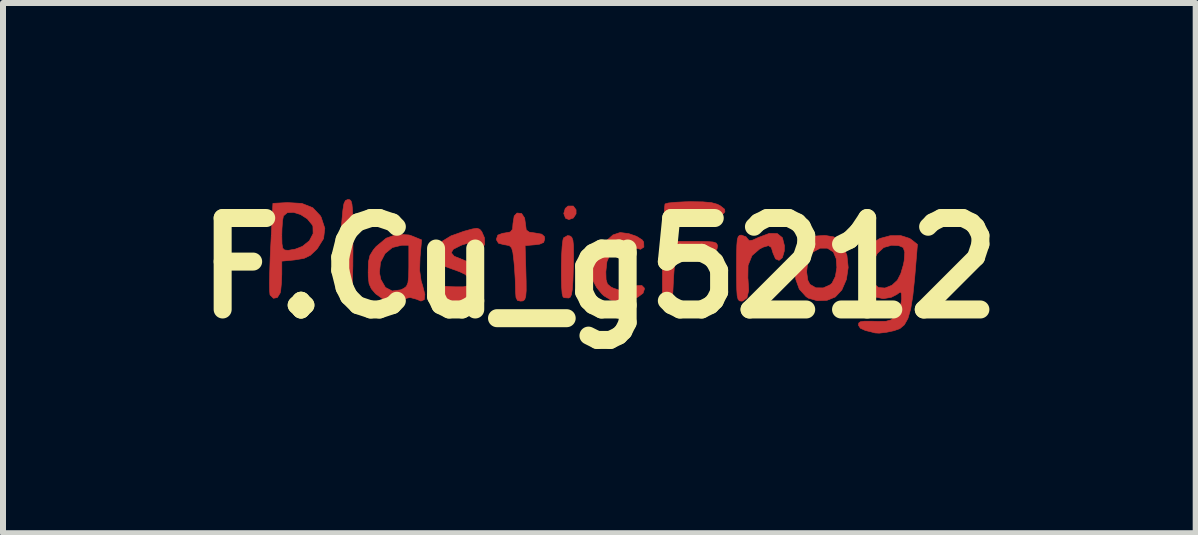
<source format=kicad_pcb>
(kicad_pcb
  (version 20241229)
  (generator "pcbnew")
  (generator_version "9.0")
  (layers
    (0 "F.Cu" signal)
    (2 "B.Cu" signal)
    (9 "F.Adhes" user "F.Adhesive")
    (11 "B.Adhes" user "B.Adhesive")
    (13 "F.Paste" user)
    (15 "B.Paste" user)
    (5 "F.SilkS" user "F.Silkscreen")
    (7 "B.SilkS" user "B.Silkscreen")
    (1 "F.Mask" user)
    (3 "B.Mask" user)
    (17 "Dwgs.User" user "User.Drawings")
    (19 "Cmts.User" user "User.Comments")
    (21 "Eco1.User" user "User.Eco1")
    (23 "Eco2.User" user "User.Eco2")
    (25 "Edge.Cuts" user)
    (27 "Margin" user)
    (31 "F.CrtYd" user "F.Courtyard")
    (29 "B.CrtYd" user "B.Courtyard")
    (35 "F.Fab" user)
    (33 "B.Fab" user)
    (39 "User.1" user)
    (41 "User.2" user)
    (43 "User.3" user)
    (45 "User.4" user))
  (footprint "F.Cu_g5212"
    (layer "F.Cu")
    (at 6.938 1.418)
    (property "Reference" "F.Cu_g5212" (at 0 0 0) (layer "F.SilkS") (effects (font (size 1.524 1.524) (thickness 0.3))))
    (attr through_hole)
    (fp_poly (pts (xy -0.388 -0.972) (xy -0.388 -0.905) (xy -0.433 -0.835) (xy -0.507 -0.809) (xy -0.563 -0.831) (xy -0.593 -0.91) (xy -0.568 -0.995) (xy -0.522 -1.034) (xy -0.435 -1.035) (xy -0.388 -0.972)) (stroke (width 0.01) (type solid)) (fill yes) (layer "F.Cu"))
    (fp_poly (pts (xy -0.49 -0.536) (xy -0.46 -0.514) (xy -0.441 -0.466) (xy -0.431 -0.376) (xy -0.429 -0.232) (xy -0.432 -0.017) (xy -0.433 -0.012) (xy -0.44 0.206) (xy -0.45 0.353) (xy -0.465 0.442) (xy -0.487 0.486) (xy -0.51 0.498) (xy -0.585 0.493) (xy -0.605 0.481) (xy -0.62 0.426) (xy -0.629 0.307) (xy -0.633 0.148) (xy -0.633 -0.031) (xy -0.629 -0.208) (xy -0.62 -0.361) (xy -0.607 -0.468) (xy -0.596 -0.504) (xy -0.53 -0.542) (xy -0.49 -0.536)) (stroke (width 0.01) (type solid)) (fill yes) (layer "F.Cu"))
    (fp_poly (pts (xy -4.157 -1.138) (xy -4.137 -1.116) (xy -4.123 -1.066) (xy -4.114 -0.976) (xy -4.109 -0.835) (xy -4.107 -0.632) (xy -4.106 -0.356) (xy -4.106 -0.347) (xy -4.108 -0.031) (xy -4.115 0.206) (xy -4.126 0.371) (xy -4.142 0.468) (xy -4.157 0.5) (xy -4.23 0.548) (xy -4.289 0.522) (xy -4.29 0.522) (xy -4.302 0.468) (xy -4.311 0.346) (xy -4.316 0.173) (xy -4.317 -0.035) (xy -4.314 -0.262) (xy -4.307 -0.49) (xy -4.297 -0.704) (xy -4.29 -0.794) (xy -4.274 -0.967) (xy -4.257 -1.072) (xy -4.232 -1.125) (xy -4.196 -1.142) (xy -4.185 -1.143) (xy -4.157 -1.138)) (stroke (width 0.01) (type solid)) (fill yes) (layer "F.Cu"))
    (fp_poly (pts (xy 2.965 -0.576) (xy 3.051 -0.506) (xy 3.085 -0.371) (xy 3.082 -0.284) (xy 3.05 -0.174) (xy 2.995 -0.129) (xy 2.936 -0.154) (xy 2.894 -0.251) (xy 2.866 -0.344) (xy 2.819 -0.375) (xy 2.732 -0.35) (xy 2.671 -0.319) (xy 2.544 -0.209) (xy 2.478 -0.045) (xy 2.475 0.166) (xy 2.477 0.182) (xy 2.489 0.372) (xy 2.46 0.495) (xy 2.389 0.548) (xy 2.368 0.55) (xy 2.334 0.545) (xy 2.312 0.52) (xy 2.297 0.462) (xy 2.29 0.358) (xy 2.287 0.194) (xy 2.286 0) (xy 2.287 -0.225) (xy 2.291 -0.379) (xy 2.299 -0.475) (xy 2.315 -0.526) (xy 2.339 -0.547) (xy 2.366 -0.55) (xy 2.444 -0.522) (xy 2.469 -0.49) (xy 2.497 -0.458) (xy 2.554 -0.466) (xy 2.652 -0.511) (xy 2.831 -0.578) (xy 2.965 -0.576)) (stroke (width 0.01) (type solid)) (fill yes) (layer "F.Cu"))
    (fp_poly (pts (xy 0.489 -0.575) (xy 0.622 -0.529) (xy 0.716 -0.468) (xy 0.739 -0.434) (xy 0.742 -0.351) (xy 0.687 -0.314) (xy 0.6 -0.335) (xy 0.438 -0.386) (xy 0.299 -0.361) (xy 0.193 -0.266) (xy 0.126 -0.107) (xy 0.108 0.062) (xy 0.112 0.191) (xy 0.135 0.265) (xy 0.191 0.313) (xy 0.23 0.333) (xy 0.342 0.371) (xy 0.448 0.355) (xy 0.484 0.341) (xy 0.625 0.293) (xy 0.708 0.289) (xy 0.748 0.33) (xy 0.752 0.347) (xy 0.728 0.418) (xy 0.64 0.483) (xy 0.508 0.53) (xy 0.352 0.55) (xy 0.338 0.55) (xy 0.192 0.532) (xy 0.078 0.463) (xy 0.041 0.429) (xy -0.046 0.321) (xy -0.104 0.211) (xy -0.109 0.194) (xy -0.115 0.039) (xy -0.073 -0.133) (xy 0.005 -0.302) (xy 0.109 -0.449) (xy 0.227 -0.553) (xy 0.346 -0.593) (xy 0.348 -0.593) (xy 0.489 -0.575)) (stroke (width 0.01) (type solid)) (fill yes) (layer "F.Cu"))
    (fp_poly (pts (xy 3.778 -0.542) (xy 3.908 -0.52) (xy 3.995 -0.46) (xy 4.052 -0.385) (xy 4.126 -0.211) (xy 4.147 -0.011) (xy 4.117 0.189) (xy 4.041 0.364) (xy 3.932 0.481) (xy 3.793 0.537) (xy 3.63 0.543) (xy 3.484 0.501) (xy 3.445 0.475) (xy 3.332 0.35) (xy 3.274 0.189) (xy 3.264 0.062) (xy 3.454 0.062) (xy 3.474 0.202) (xy 3.509 0.27) (xy 3.607 0.328) (xy 3.731 0.33) (xy 3.848 0.277) (xy 3.878 0.25) (xy 3.934 0.138) (xy 3.958 -0.01) (xy 3.947 -0.158) (xy 3.9 -0.269) (xy 3.799 -0.332) (xy 3.678 -0.332) (xy 3.566 -0.272) (xy 3.526 -0.226) (xy 3.472 -0.093) (xy 3.454 0.062) (xy 3.264 0.062) (xy 3.26 0.013) (xy 3.289 -0.19) (xy 3.367 -0.366) (xy 3.484 -0.49) (xy 3.513 -0.508) (xy 3.612 -0.535) (xy 3.745 -0.544) (xy 3.778 -0.542)) (stroke (width 0.01) (type solid)) (fill yes) (layer "F.Cu"))
    (fp_poly (pts (xy -1.296 -0.911) (xy -1.245 -0.834) (xy -1.228 -0.712) (xy -1.218 -0.636) (xy -1.17 -0.6) (xy -1.069 -0.585) (xy -0.961 -0.566) (xy -0.916 -0.526) (xy -0.91 -0.487) (xy -0.928 -0.428) (xy -0.995 -0.399) (xy -1.073 -0.389) (xy -1.237 -0.375) (xy -1.226 -0.008) (xy -1.22 0.219) (xy -1.219 0.374) (xy -1.227 0.471) (xy -1.244 0.524) (xy -1.272 0.546) (xy -1.312 0.55) (xy -1.364 0.539) (xy -1.389 0.49) (xy -1.397 0.384) (xy -1.397 0.345) (xy -1.402 0.182) (xy -1.414 -0.01) (xy -1.424 -0.119) (xy -1.441 -0.261) (xy -1.463 -0.339) (xy -1.501 -0.375) (xy -1.568 -0.388) (xy -1.583 -0.389) (xy -1.68 -0.414) (xy -1.714 -0.47) (xy -1.714 -0.487) (xy -1.692 -0.55) (xy -1.613 -0.58) (xy -1.577 -0.585) (xy -1.484 -0.602) (xy -1.446 -0.649) (xy -1.439 -0.745) (xy -1.419 -0.868) (xy -1.372 -0.918) (xy -1.296 -0.911)) (stroke (width 0.01) (type solid)) (fill yes) (layer "F.Cu"))
    (fp_poly (pts (xy -3.171 -0.552) (xy -3.113 -0.532) (xy -2.962 -0.47) (xy -2.988 -0.182) (xy -2.995 0.037) (xy -2.97 0.213) (xy -2.945 0.293) (xy -2.908 0.438) (xy -2.918 0.525) (xy -2.973 0.549) (xy -3.048 0.518) (xy -3.156 0.489) (xy -3.24 0.509) (xy -3.438 0.551) (xy -3.608 0.514) (xy -3.729 0.427) (xy -3.799 0.345) (xy -3.837 0.262) (xy -3.851 0.146) (xy -3.852 0.075) (xy -3.665 0.075) (xy -3.642 0.188) (xy -3.565 0.322) (xy -3.452 0.381) (xy -3.31 0.362) (xy -3.257 0.337) (xy -3.215 0.304) (xy -3.19 0.245) (xy -3.178 0.143) (xy -3.175 -0.023) (xy -3.175 -0.044) (xy -3.175 -0.381) (xy -3.293 -0.381) (xy -3.449 -0.343) (xy -3.571 -0.243) (xy -3.647 -0.097) (xy -3.665 0.075) (xy -3.852 0.075) (xy -3.852 0.047) (xy -3.847 -0.107) (xy -3.823 -0.211) (xy -3.768 -0.301) (xy -3.721 -0.358) (xy -3.552 -0.499) (xy -3.364 -0.565) (xy -3.171 -0.552)) (stroke (width 0.01) (type solid)) (fill yes) (layer "F.Cu"))
    (fp_poly (pts (xy -4.957 -1.078) (xy -4.776 -1.006) (xy -4.652 -0.875) (xy -4.636 -0.848) (xy -4.575 -0.663) (xy -4.596 -0.492) (xy -4.699 -0.326) (xy -4.712 -0.311) (xy -4.816 -0.213) (xy -4.922 -0.162) (xy -5.069 -0.138) (xy -5.072 -0.137) (xy -5.292 -0.116) (xy -5.292 0.101) (xy -5.298 0.247) (xy -5.31 0.372) (xy -5.318 0.413) (xy -5.366 0.49) (xy -5.431 0.503) (xy -5.486 0.449) (xy -5.489 0.442) (xy -5.495 0.379) (xy -5.497 0.248) (xy -5.493 0.062) (xy -5.486 -0.162) (xy -5.477 -0.352) (xy -5.467 -0.547) (xy -5.292 -0.547) (xy -5.289 -0.407) (xy -5.277 -0.332) (xy -5.246 -0.302) (xy -5.187 -0.296) (xy -5.184 -0.296) (xy -5.068 -0.316) (xy -4.949 -0.362) (xy -4.832 -0.456) (xy -4.77 -0.575) (xy -4.773 -0.696) (xy -4.784 -0.72) (xy -4.867 -0.821) (xy -4.979 -0.893) (xy -5.097 -0.929) (xy -5.2 -0.924) (xy -5.264 -0.87) (xy -5.266 -0.864) (xy -5.28 -0.787) (xy -5.289 -0.658) (xy -5.292 -0.547) (xy -5.467 -0.547) (xy -5.44 -1.079) (xy -5.198 -1.092) (xy -4.957 -1.078)) (stroke (width 0.01) (type solid)) (fill yes) (layer "F.Cu"))
    (fp_poly (pts (xy -1.994 -0.648) (xy -1.96 -0.609) (xy -1.914 -0.504) (xy -1.911 -0.398) (xy -1.951 -0.322) (xy -1.971 -0.311) (xy -2.046 -0.321) (xy -2.092 -0.362) (xy -2.135 -0.408) (xy -2.189 -0.416) (xy -2.283 -0.388) (xy -2.312 -0.376) (xy -2.433 -0.315) (xy -2.468 -0.256) (xy -2.419 -0.198) (xy -2.286 -0.144) (xy -2.277 -0.141) (xy -2.095 -0.06) (xy -1.987 0.059) (xy -1.948 0.222) (xy -1.947 0.239) (xy -1.985 0.383) (xy -2.09 0.486) (xy -2.255 0.542) (xy -2.366 0.55) (xy -2.51 0.538) (xy -2.637 0.508) (xy -2.667 0.496) (xy -2.742 0.434) (xy -2.774 0.362) (xy -2.759 0.306) (xy -2.695 0.29) (xy -2.688 0.291) (xy -2.596 0.302) (xy -2.461 0.31) (xy -2.392 0.312) (xy -2.266 0.312) (xy -2.204 0.297) (xy -2.182 0.256) (xy -2.18 0.213) (xy -2.191 0.151) (xy -2.236 0.104) (xy -2.332 0.059) (xy -2.434 0.022) (xy -2.573 -0.028) (xy -2.65 -0.07) (xy -2.686 -0.122) (xy -2.7 -0.202) (xy -2.701 -0.217) (xy -2.686 -0.346) (xy -2.613 -0.451) (xy -2.471 -0.538) (xy -2.254 -0.615) (xy -2.253 -0.615) (xy -2.118 -0.652) (xy -2.04 -0.664) (xy -1.994 -0.648)) (stroke (width 0.01) (type solid)) (fill yes) (layer "F.Cu"))
    (fp_poly (pts (xy 1.725 -1.104) (xy 1.869 -1.091) (xy 1.967 -1.064) (xy 2.016 -1.038) (xy 2.088 -0.981) (xy 2.092 -0.938) (xy 2.069 -0.909) (xy 1.996 -0.875) (xy 1.875 -0.879) (xy 1.829 -0.887) (xy 1.664 -0.904) (xy 1.488 -0.902) (xy 1.459 -0.899) (xy 1.27 -0.878) (xy 1.27 -0.661) (xy 1.27 -0.445) (xy 1.619 -0.445) (xy 1.791 -0.443) (xy 1.895 -0.435) (xy 1.948 -0.417) (xy 1.967 -0.385) (xy 1.968 -0.36) (xy 1.96 -0.316) (xy 1.922 -0.288) (xy 1.838 -0.27) (xy 1.691 -0.257) (xy 1.644 -0.254) (xy 1.484 -0.24) (xy 1.358 -0.221) (xy 1.289 -0.201) (xy 1.284 -0.198) (xy 1.267 -0.142) (xy 1.25 -0.023) (xy 1.238 0.138) (xy 1.234 0.215) (xy 1.225 0.396) (xy 1.213 0.508) (xy 1.194 0.568) (xy 1.164 0.59) (xy 1.139 0.593) (xy 1.071 0.569) (xy 1.056 0.54) (xy 1.052 0.406) (xy 1.051 0.224) (xy 1.053 0.009) (xy 1.057 -0.221) (xy 1.062 -0.452) (xy 1.069 -0.668) (xy 1.077 -0.852) (xy 1.085 -0.988) (xy 1.093 -1.062) (xy 1.096 -1.07) (xy 1.15 -1.085) (xy 1.268 -1.097) (xy 1.429 -1.105) (xy 1.517 -1.107) (xy 1.725 -1.104)) (stroke (width 0.01) (type solid)) (fill yes) (layer "F.Cu"))
    (fp_poly (pts (xy 5.172 -0.494) (xy 5.201 -0.474) (xy 5.301 -0.395) (xy 5.255 0.164) (xy 5.224 0.46) (xy 5.188 0.682) (xy 5.142 0.84) (xy 5.083 0.945) (xy 5.009 1.007) (xy 5.005 1.009) (xy 4.91 1.043) (xy 4.783 1.07) (xy 4.663 1.084) (xy 4.593 1.08) (xy 4.523 1.061) (xy 4.434 1.04) (xy 4.35 1.002) (xy 4.318 0.952) (xy 4.323 0.915) (xy 4.35 0.894) (xy 4.416 0.885) (xy 4.539 0.885) (xy 4.641 0.888) (xy 4.778 0.886) (xy 4.863 0.862) (xy 4.929 0.804) (xy 4.948 0.78) (xy 5.019 0.637) (xy 5.038 0.517) (xy 5.034 0.421) (xy 5.016 0.397) (xy 4.969 0.43) (xy 4.96 0.438) (xy 4.866 0.486) (xy 4.739 0.508) (xy 4.725 0.508) (xy 4.561 0.473) (xy 4.438 0.378) (xy 4.36 0.239) (xy 4.33 0.073) (xy 4.332 0.058) (xy 4.53 0.058) (xy 4.555 0.215) (xy 4.575 0.259) (xy 4.651 0.324) (xy 4.76 0.332) (xy 4.876 0.286) (xy 4.967 0.202) (xy 5.024 0.09) (xy 5.068 -0.06) (xy 5.08 -0.124) (xy 5.09 -0.265) (xy 5.064 -0.343) (xy 4.988 -0.375) (xy 4.869 -0.381) (xy 4.738 -0.343) (xy 4.631 -0.243) (xy 4.558 -0.102) (xy 4.53 0.058) (xy 4.332 0.058) (xy 4.352 -0.105) (xy 4.429 -0.279) (xy 4.53 -0.402) (xy 4.672 -0.493) (xy 4.846 -0.54) (xy 5.023 -0.542) (xy 5.172 -0.494)) (stroke (width 0.01) (type solid)) (fill yes) (layer "F.Cu")))
  (gr_rect
    (start -3 -3)
    (end 16.876 5.836)
    (stroke (width 0.1) (type default))
    (fill no)
    (layer "Edge.Cuts")))
</source>
